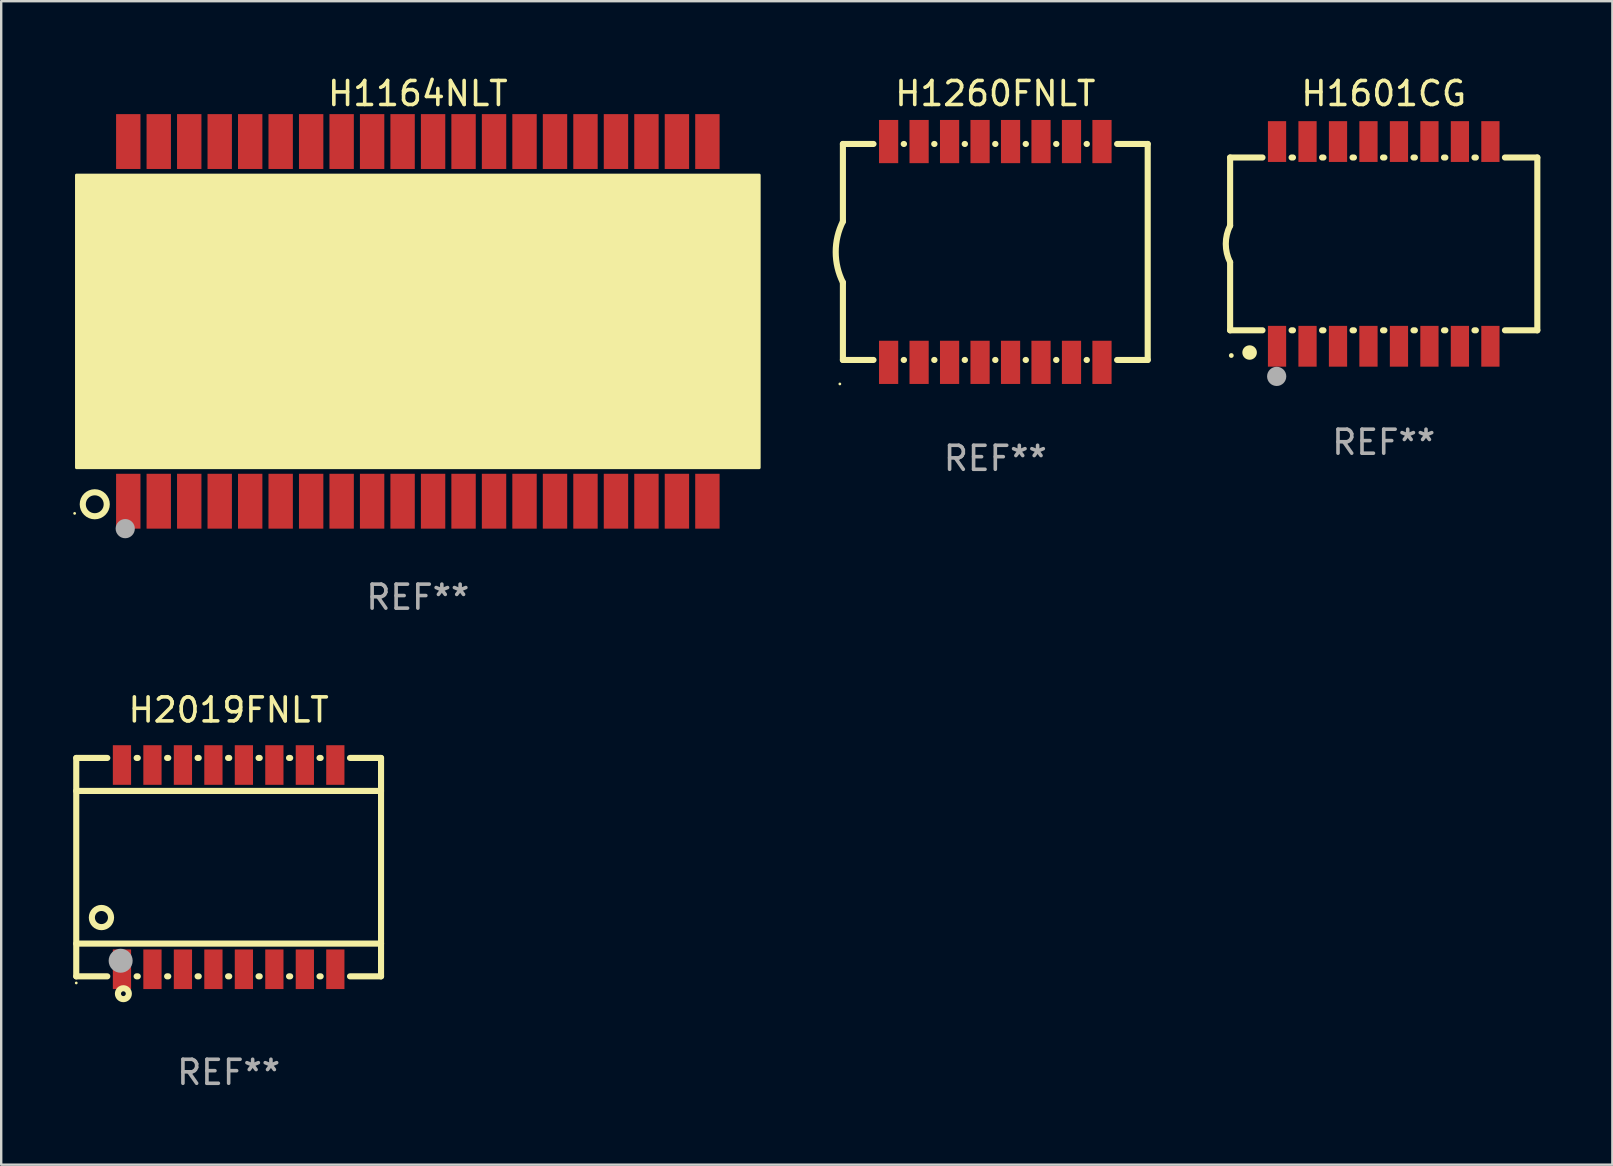
<source format=kicad_pcb>
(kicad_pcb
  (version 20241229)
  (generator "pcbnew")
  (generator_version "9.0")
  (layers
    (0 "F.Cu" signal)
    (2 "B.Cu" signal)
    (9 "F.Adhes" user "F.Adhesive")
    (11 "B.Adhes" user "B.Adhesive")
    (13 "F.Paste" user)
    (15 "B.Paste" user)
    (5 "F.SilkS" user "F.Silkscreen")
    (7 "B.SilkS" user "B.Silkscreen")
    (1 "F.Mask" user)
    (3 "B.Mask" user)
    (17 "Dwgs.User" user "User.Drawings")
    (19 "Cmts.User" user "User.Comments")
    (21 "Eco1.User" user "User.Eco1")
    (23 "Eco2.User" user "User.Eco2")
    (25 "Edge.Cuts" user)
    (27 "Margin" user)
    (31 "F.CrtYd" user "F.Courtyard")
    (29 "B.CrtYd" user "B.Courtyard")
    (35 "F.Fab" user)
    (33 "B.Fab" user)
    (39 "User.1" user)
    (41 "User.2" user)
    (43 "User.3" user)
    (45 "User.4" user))
  (footprint "H2019FNLT"
    (layer "F.Cu")
    (at 6.477 33.081)
    (property "Reference" "H2019FNLT" (at 0 -6.55 0) (layer "F.SilkS") (effects (font (size 1 1) (thickness 0.15))))
    (attr through_hole)
    (fp_line (start -6.35 -4.55) (end -6.35 4.55) (stroke (width 0.254) (type solid)) (layer "F.SilkS"))
    (fp_line (start -6.35 -4.55) (end -5.056 -4.55) (stroke (width 0.254) (type solid)) (layer "F.SilkS"))
    (fp_line (start -6.35 -3.175) (end 6.35 -3.175) (stroke (width 0.254) (type solid)) (layer "F.SilkS"))
    (fp_line (start -6.35 3.186) (end 6.35 3.186) (stroke (width 0.254) (type solid)) (layer "F.SilkS"))
    (fp_line (start -6.35 4.55) (end -5.056 4.55) (stroke (width 0.254) (type solid)) (layer "F.SilkS"))
    (fp_line (start -3.834 -4.55) (end -3.786 -4.55) (stroke (width 0.254) (type solid)) (layer "F.SilkS"))
    (fp_line (start -3.834 4.55) (end -3.786 4.55) (stroke (width 0.254) (type solid)) (layer "F.SilkS"))
    (fp_line (start -2.564 -4.55) (end -2.516 -4.55) (stroke (width 0.254) (type solid)) (layer "F.SilkS"))
    (fp_line (start -2.564 4.55) (end -2.516 4.55) (stroke (width 0.254) (type solid)) (layer "F.SilkS"))
    (fp_line (start -1.294 -4.55) (end -1.246 -4.55) (stroke (width 0.254) (type solid)) (layer "F.SilkS"))
    (fp_line (start -1.294 4.55) (end -1.246 4.55) (stroke (width 0.254) (type solid)) (layer "F.SilkS"))
    (fp_line (start -0.024 -4.55) (end 0.024 -4.55) (stroke (width 0.254) (type solid)) (layer "F.SilkS"))
    (fp_line (start -0.024 4.55) (end 0.024 4.55) (stroke (width 0.254) (type solid)) (layer "F.SilkS"))
    (fp_line (start 1.246 -4.55) (end 1.294 -4.55) (stroke (width 0.254) (type solid)) (layer "F.SilkS"))
    (fp_line (start 1.246 4.55) (end 1.294 4.55) (stroke (width 0.254) (type solid)) (layer "F.SilkS"))
    (fp_line (start 2.516 -4.55) (end 2.564 -4.55) (stroke (width 0.254) (type solid)) (layer "F.SilkS"))
    (fp_line (start 2.516 4.55) (end 2.564 4.55) (stroke (width 0.254) (type solid)) (layer "F.SilkS"))
    (fp_line (start 3.786 -4.55) (end 3.834 -4.55) (stroke (width 0.254) (type solid)) (layer "F.SilkS"))
    (fp_line (start 3.786 4.55) (end 3.834 4.55) (stroke (width 0.254) (type solid)) (layer "F.SilkS"))
    (fp_line (start 5.056 -4.55) (end 6.35 -4.55) (stroke (width 0.254) (type solid)) (layer "F.SilkS"))
    (fp_line (start 5.056 4.55) (end 6.35 4.55) (stroke (width 0.254) (type solid)) (layer "F.SilkS"))
    (fp_line (start 6.35 -4.55) (end 6.35 4.55) (stroke (width 0.254) (type solid)) (layer "F.SilkS"))
    (fp_circle (center -6.35 4.826) (end -6.32 4.826) (stroke (width 0.06) (type solid)) (fill no) (layer "F.SilkS"))
    (fp_circle (center -5.3 2.1) (end -4.9 2.1) (stroke (width 0.254) (type solid)) (fill no) (layer "F.SilkS"))
    (fp_circle (center -4.386 5.273) (end -4.286 5.273) (stroke (width 0.254) (type solid)) (fill no) (layer "F.SilkS"))
    (fp_circle (center -4.5 3.9) (end -4.25 3.9) (stroke (width 0.5) (type solid)) (fill no) (layer "F.Fab"))
    (fp_text user "REF**" (at 0 8.55 0) (layer "F.Fab") (effects (font (size 1 1) (thickness 0.15))))
    (pad "1" smd rect (at -4.445 4.255 90) (size 1.65 0.76) (layers "F.Cu" "F.Mask" "F.Paste"))
    (pad "2" smd rect (at -3.175 4.255 90) (size 1.65 0.76) (layers "F.Cu" "F.Mask" "F.Paste"))
    (pad "3" smd rect (at -1.905 4.255 90) (size 1.65 0.76) (layers "F.Cu" "F.Mask" "F.Paste"))
    (pad "4" smd rect (at -0.635 4.255 90) (size 1.65 0.76) (layers "F.Cu" "F.Mask" "F.Paste"))
    (pad "5" smd rect (at 0.635 4.255 90) (size 1.65 0.76) (layers "F.Cu" "F.Mask" "F.Paste"))
    (pad "6" smd rect (at 1.905 4.255 90) (size 1.65 0.76) (layers "F.Cu" "F.Mask" "F.Paste"))
    (pad "7" smd rect (at 3.175 4.255 90) (size 1.65 0.76) (layers "F.Cu" "F.Mask" "F.Paste"))
    (pad "8" smd rect (at 4.445 4.255 90) (size 1.65 0.76) (layers "F.Cu" "F.Mask" "F.Paste"))
    (pad "9" smd rect (at 4.445 -4.255 90) (size 1.65 0.76) (layers "F.Cu" "F.Mask" "F.Paste"))
    (pad "10" smd rect (at 3.175 -4.255 270) (size 1.65 0.76) (layers "F.Cu" "F.Mask" "F.Paste"))
    (pad "11" smd rect (at 1.905 -4.255 270) (size 1.65 0.76) (layers "F.Cu" "F.Mask" "F.Paste"))
    (pad "12" smd rect (at 0.635 -4.255 270) (size 1.65 0.76) (layers "F.Cu" "F.Mask" "F.Paste"))
    (pad "13" smd rect (at -0.635 -4.255 270) (size 1.65 0.76) (layers "F.Cu" "F.Mask" "F.Paste"))
    (pad "14" smd rect (at -1.905 -4.255 270) (size 1.65 0.76) (layers "F.Cu" "F.Mask" "F.Paste"))
    (pad "15" smd rect (at -3.175 -4.255 270) (size 1.65 0.76) (layers "F.Cu" "F.Mask" "F.Paste"))
    (pad "16" smd rect (at -4.445 -4.255 270) (size 1.65 0.76) (layers "F.Cu" "F.Mask" "F.Paste")))
  (footprint "H1601CG"
    (layer "F.Cu")
    (at 54.605 7.113)
    (property "Reference" "H1601CG" (at 0 -6.265 0) (layer "F.SilkS") (effects (font (size 1 1) (thickness 0.15))))
    (attr through_hole)
    (fp_line (start -6.4 -3.6) (end -6.4 -0.762) (stroke (width 0.254) (type solid)) (layer "F.SilkS"))
    (fp_line (start -6.4 -3.6) (end -5.051 -3.6) (stroke (width 0.254) (type solid)) (layer "F.SilkS"))
    (fp_line (start -6.4 3.6) (end -6.4 0.762) (stroke (width 0.254) (type solid)) (layer "F.SilkS"))
    (fp_line (start -6.4 3.6) (end -5.051 3.6) (stroke (width 0.254) (type solid)) (layer "F.SilkS"))
    (fp_line (start -3.839 -3.6) (end -3.781 -3.6) (stroke (width 0.254) (type solid)) (layer "F.SilkS"))
    (fp_line (start -3.839 3.6) (end -3.781 3.6) (stroke (width 0.254) (type solid)) (layer "F.SilkS"))
    (fp_line (start -2.569 -3.6) (end -2.511 -3.6) (stroke (width 0.254) (type solid)) (layer "F.SilkS"))
    (fp_line (start -2.569 3.6) (end -2.511 3.6) (stroke (width 0.254) (type solid)) (layer "F.SilkS"))
    (fp_line (start -1.299 -3.6) (end -1.241 -3.6) (stroke (width 0.254) (type solid)) (layer "F.SilkS"))
    (fp_line (start -1.299 3.6) (end -1.241 3.6) (stroke (width 0.254) (type solid)) (layer "F.SilkS"))
    (fp_line (start -0.029 -3.6) (end 0.029 -3.6) (stroke (width 0.254) (type solid)) (layer "F.SilkS"))
    (fp_line (start -0.029 3.6) (end 0.029 3.6) (stroke (width 0.254) (type solid)) (layer "F.SilkS"))
    (fp_line (start 1.241 -3.6) (end 1.299 -3.6) (stroke (width 0.254) (type solid)) (layer "F.SilkS"))
    (fp_line (start 1.241 3.6) (end 1.299 3.6) (stroke (width 0.254) (type solid)) (layer "F.SilkS"))
    (fp_line (start 2.511 -3.6) (end 2.569 -3.6) (stroke (width 0.254) (type solid)) (layer "F.SilkS"))
    (fp_line (start 2.511 3.6) (end 2.569 3.6) (stroke (width 0.254) (type solid)) (layer "F.SilkS"))
    (fp_line (start 3.781 -3.6) (end 3.839 -3.6) (stroke (width 0.254) (type solid)) (layer "F.SilkS"))
    (fp_line (start 3.781 3.6) (end 3.839 3.6) (stroke (width 0.254) (type solid)) (layer "F.SilkS"))
    (fp_line (start 5.051 -3.6) (end 6.4 -3.6) (stroke (width 0.254) (type solid)) (layer "F.SilkS"))
    (fp_line (start 5.051 3.6) (end 6.4 3.6) (stroke (width 0.254) (type solid)) (layer "F.SilkS"))
    (fp_line (start 6.4 -3.6) (end 6.4 3.6) (stroke (width 0.254) (type solid)) (layer "F.SilkS"))
    (fp_arc (start -6.400813 0.762001) (mid -6.580428 -0.000094) (end -6.400025 -0.762002) (stroke (width 0.254001) (type solid)) (layer "F.SilkS"))
    (fp_arc (start -5.590551 4.52601) (mid -5.588011 4.525999) (end -5.585471 4.52601) (stroke (width 0.6) (type solid)) (layer "F.SilkS"))
    (fp_circle (center -6.35 4.65) (end -6.3 4.65) (stroke (width 0.1) (type solid)) (fill no) (layer "F.SilkS"))
    (fp_circle (center -4.46 5.52) (end -4.26 5.52) (stroke (width 0.4) (type solid)) (fill no) (layer "F.Fab"))
    (fp_text user "REF**" (at 0 8.265 0) (layer "F.Fab") (effects (font (size 1 1) (thickness 0.15))))
    (pad "1" smd rect (at -4.445 4.265) (size 0.76 1.7) (layers "F.Cu" "F.Mask" "F.Paste"))
    (pad "2" smd rect (at -3.175 4.265) (size 0.76 1.7) (layers "F.Cu" "F.Mask" "F.Paste"))
    (pad "3" smd rect (at -1.905 4.265) (size 0.76 1.7) (layers "F.Cu" "F.Mask" "F.Paste"))
    (pad "4" smd rect (at -0.635 4.265) (size 0.76 1.7) (layers "F.Cu" "F.Mask" "F.Paste"))
    (pad "5" smd rect (at 0.635 4.265) (size 0.76 1.7) (layers "F.Cu" "F.Mask" "F.Paste"))
    (pad "6" smd rect (at 1.905 4.265) (size 0.76 1.7) (layers "F.Cu" "F.Mask" "F.Paste"))
    (pad "7" smd rect (at 3.175 4.265) (size 0.76 1.7) (layers "F.Cu" "F.Mask" "F.Paste"))
    (pad "8" smd rect (at 4.445 4.265) (size 0.76 1.7) (layers "F.Cu" "F.Mask" "F.Paste"))
    (pad "9" smd rect (at 4.445 -4.265) (size 0.76 1.7) (layers "F.Cu" "F.Mask" "F.Paste"))
    (pad "10" smd rect (at 3.175 -4.265) (size 0.76 1.7) (layers "F.Cu" "F.Mask" "F.Paste"))
    (pad "11" smd rect (at 1.905 -4.265) (size 0.76 1.7) (layers "F.Cu" "F.Mask" "F.Paste"))
    (pad "12" smd rect (at 0.635 -4.265) (size 0.76 1.7) (layers "F.Cu" "F.Mask" "F.Paste"))
    (pad "13" smd rect (at -0.635 -4.265) (size 0.76 1.7) (layers "F.Cu" "F.Mask" "F.Paste"))
    (pad "14" smd rect (at -1.905 -4.265) (size 0.76 1.7) (layers "F.Cu" "F.Mask" "F.Paste"))
    (pad "15" smd rect (at -3.175 -4.265) (size 0.76 1.7) (layers "F.Cu" "F.Mask" "F.Paste"))
    (pad "16" smd rect (at -4.445 -4.265) (size 0.76 1.7) (layers "F.Cu" "F.Mask" "F.Paste")))
  (footprint "H1260FNLT"
    (layer "F.Cu")
    (at 38.421 7.448)
    (property "Reference" "H1260FNLT" (at 0 -6.6 0) (layer "F.SilkS") (effects (font (size 1 1) (thickness 0.15))))
    (attr through_hole)
    (fp_line (start -6.35 -1.27) (end -6.35 -4.5) (stroke (width 0.254) (type solid)) (layer "F.SilkS"))
    (fp_line (start -6.35 4.5) (end -6.35 1.27) (stroke (width 0.254) (type solid)) (layer "F.SilkS"))
    (fp_line (start -5.075 -4.5) (end -6.35 -4.5) (stroke (width 0.254) (type solid)) (layer "F.SilkS"))
    (fp_line (start -5.075 4.5) (end -6.35 4.5) (stroke (width 0.254) (type solid)) (layer "F.SilkS"))
    (fp_line (start -3.805 -4.5) (end -3.815 -4.5) (stroke (width 0.254) (type solid)) (layer "F.SilkS"))
    (fp_line (start -3.805 4.5) (end -3.815 4.5) (stroke (width 0.254) (type solid)) (layer "F.SilkS"))
    (fp_line (start -2.535 -4.5) (end -2.545 -4.5) (stroke (width 0.254) (type solid)) (layer "F.SilkS"))
    (fp_line (start -2.535 4.5) (end -2.545 4.5) (stroke (width 0.254) (type solid)) (layer "F.SilkS"))
    (fp_line (start -1.265 -4.5) (end -1.275 -4.5) (stroke (width 0.254) (type solid)) (layer "F.SilkS"))
    (fp_line (start -1.265 4.5) (end -1.275 4.5) (stroke (width 0.254) (type solid)) (layer "F.SilkS"))
    (fp_line (start 0.005 -4.5) (end -0.005 -4.5) (stroke (width 0.254) (type solid)) (layer "F.SilkS"))
    (fp_line (start 0.005 4.5) (end -0.005 4.5) (stroke (width 0.254) (type solid)) (layer "F.SilkS"))
    (fp_line (start 1.275 -4.5) (end 1.265 -4.5) (stroke (width 0.254) (type solid)) (layer "F.SilkS"))
    (fp_line (start 1.275 4.5) (end 1.265 4.5) (stroke (width 0.254) (type solid)) (layer "F.SilkS"))
    (fp_line (start 2.545 -4.5) (end 2.535 -4.5) (stroke (width 0.254) (type solid)) (layer "F.SilkS"))
    (fp_line (start 2.545 4.5) (end 2.535 4.5) (stroke (width 0.254) (type solid)) (layer "F.SilkS"))
    (fp_line (start 3.815 -4.5) (end 3.805 -4.5) (stroke (width 0.254) (type solid)) (layer "F.SilkS"))
    (fp_line (start 3.815 4.5) (end 3.805 4.5) (stroke (width 0.254) (type solid)) (layer "F.SilkS"))
    (fp_line (start 6.35 -4.5) (end 5.075 -4.5) (stroke (width 0.254) (type solid)) (layer "F.SilkS"))
    (fp_line (start 6.35 4.5) (end 5.075 4.5) (stroke (width 0.254) (type solid)) (layer "F.SilkS"))
    (fp_line (start 6.35 4.5) (end 6.35 -4.5) (stroke (width 0.254) (type solid)) (layer "F.SilkS"))
    (fp_arc (start -6.349987 1.270002) (mid -6.649794 0) (end -6.349987 -1.270003) (stroke (width 0.254001) (type solid)) (layer "F.SilkS"))
    (fp_circle (center -6.477 5.5) (end -6.447 5.5) (stroke (width 0.06) (type solid)) (fill no) (layer "F.SilkS"))
    (fp_text user "REF**" (at 0 8.6 0) (layer "F.Fab") (effects (font (size 1 1) (thickness 0.15))))
    (pad "1" smd rect (at -4.445 4.6 90) (size 1.8 0.8) (layers "F.Cu" "F.Mask" "F.Paste"))
    (pad "2" smd rect (at -3.175 4.6 270) (size 1.8 0.8) (layers "F.Cu" "F.Mask" "F.Paste"))
    (pad "3" smd rect (at -1.905 4.6 270) (size 1.8 0.8) (layers "F.Cu" "F.Mask" "F.Paste"))
    (pad "4" smd rect (at -0.635 4.6 270) (size 1.8 0.8) (layers "F.Cu" "F.Mask" "F.Paste"))
    (pad "5" smd rect (at 0.635 4.6 270) (size 1.8 0.8) (layers "F.Cu" "F.Mask" "F.Paste"))
    (pad "6" smd rect (at 1.905 4.6 270) (size 1.8 0.8) (layers "F.Cu" "F.Mask" "F.Paste"))
    (pad "7" smd rect (at 3.175 4.6 270) (size 1.8 0.8) (layers "F.Cu" "F.Mask" "F.Paste"))
    (pad "8" smd rect (at 4.445 4.6 270) (size 1.8 0.8) (layers "F.Cu" "F.Mask" "F.Paste"))
    (pad "9" smd rect (at 4.445 -4.6 270) (size 1.8 0.8) (layers "F.Cu" "F.Mask" "F.Paste"))
    (pad "10" smd rect (at 3.175 -4.6 270) (size 1.8 0.8) (layers "F.Cu" "F.Mask" "F.Paste"))
    (pad "11" smd rect (at 1.905 -4.6 270) (size 1.8 0.8) (layers "F.Cu" "F.Mask" "F.Paste"))
    (pad "12" smd rect (at 0.635 -4.6 270) (size 1.8 0.8) (layers "F.Cu" "F.Mask" "F.Paste"))
    (pad "13" smd rect (at -0.635 -4.6 270) (size 1.8 0.8) (layers "F.Cu" "F.Mask" "F.Paste"))
    (pad "14" smd rect (at -1.905 -4.6 270) (size 1.8 0.8) (layers "F.Cu" "F.Mask" "F.Paste"))
    (pad "15" smd rect (at -3.175 -4.6 270) (size 1.8 0.8) (layers "F.Cu" "F.Mask" "F.Paste"))
    (pad "16" smd rect (at -4.445 -4.6 270) (size 1.8 0.8) (layers "F.Cu" "F.Mask" "F.Paste")))
  (footprint "H1164NLT"
    (layer "F.Cu")
    (at 14.36 10.341)
    (property "Reference" "H1164NLT" (at 0 -9.493 0) (layer "F.SilkS") (effects (font (size 1 1) (thickness 0.15))))
    (attr through_hole)
    (fp_circle (center -14.3 8) (end -14.27 8) (stroke (width 0.06) (type solid)) (fill no) (layer "F.SilkS"))
    (fp_circle (center -13.462 7.62) (end -12.962 7.62) (stroke (width 0.254) (type solid)) (fill no) (layer "F.SilkS"))
    (fp_poly (pts (xy -14.224 -6.096) (xy 14.224 -6.096) (xy 14.224 6.096) (xy -14.224 6.096)) (stroke (width 0.12) (type solid)) (fill yes) (layer "F.SilkS"))
    (fp_circle (center -12.192 8.636) (end -11.992 8.636) (stroke (width 0.4) (type solid)) (fill no) (layer "F.Fab"))
    (fp_text user "REF**" (at 0 11.493 0) (layer "F.Fab") (effects (font (size 1 1) (thickness 0.15))))
    (pad "1" smd rect (at -12.065 7.493 180) (size 1.016 2.286) (layers "F.Cu" "F.Mask" "F.Paste"))
    (pad "2" smd rect (at -10.795 7.493 180) (size 1.016 2.286) (layers "F.Cu" "F.Mask" "F.Paste"))
    (pad "3" smd rect (at -9.525 7.493 180) (size 1.016 2.286) (layers "F.Cu" "F.Mask" "F.Paste"))
    (pad "4" smd rect (at -8.255 7.493 180) (size 1.016 2.286) (layers "F.Cu" "F.Mask" "F.Paste"))
    (pad "5" smd rect (at -6.985 7.493 180) (size 1.016 2.286) (layers "F.Cu" "F.Mask" "F.Paste"))
    (pad "6" smd rect (at -5.715 7.493 180) (size 1.016 2.286) (layers "F.Cu" "F.Mask" "F.Paste"))
    (pad "7" smd rect (at -4.445 7.493 180) (size 1.016 2.286) (layers "F.Cu" "F.Mask" "F.Paste"))
    (pad "8" smd rect (at -3.175 7.493 180) (size 1.016 2.286) (layers "F.Cu" "F.Mask" "F.Paste"))
    (pad "9" smd rect (at -1.905 7.493 180) (size 1.016 2.286) (layers "F.Cu" "F.Mask" "F.Paste"))
    (pad "10" smd rect (at -0.635 7.493 180) (size 1.016 2.286) (layers "F.Cu" "F.Mask" "F.Paste"))
    (pad "11" smd rect (at 0.635 7.493 180) (size 1.016 2.286) (layers "F.Cu" "F.Mask" "F.Paste"))
    (pad "12" smd rect (at 1.905 7.493 180) (size 1.016 2.286) (layers "F.Cu" "F.Mask" "F.Paste"))
    (pad "13" smd rect (at 3.175 7.493 180) (size 1.016 2.286) (layers "F.Cu" "F.Mask" "F.Paste"))
    (pad "14" smd rect (at 4.445 7.493 180) (size 1.016 2.286) (layers "F.Cu" "F.Mask" "F.Paste"))
    (pad "15" smd rect (at 5.715 7.493 180) (size 1.016 2.286) (layers "F.Cu" "F.Mask" "F.Paste"))
    (pad "16" smd rect (at 6.985 7.493 180) (size 1.016 2.286) (layers "F.Cu" "F.Mask" "F.Paste"))
    (pad "17" smd rect (at 8.255 7.493 180) (size 1.016 2.286) (layers "F.Cu" "F.Mask" "F.Paste"))
    (pad "18" smd rect (at 9.525 7.493 180) (size 1.016 2.286) (layers "F.Cu" "F.Mask" "F.Paste"))
    (pad "19" smd rect (at 10.795 7.493 180) (size 1.016 2.286) (layers "F.Cu" "F.Mask" "F.Paste"))
    (pad "20" smd rect (at 12.065 7.493 180) (size 1.016 2.286) (layers "F.Cu" "F.Mask" "F.Paste"))
    (pad "21" smd rect (at 12.065 -7.493 180) (size 1.016 2.286) (layers "F.Cu" "F.Mask" "F.Paste"))
    (pad "22" smd rect (at 10.795 -7.493 180) (size 1.016 2.286) (layers "F.Cu" "F.Mask" "F.Paste"))
    (pad "23" smd rect (at 9.525 -7.493 180) (size 1.016 2.286) (layers "F.Cu" "F.Mask" "F.Paste"))
    (pad "24" smd rect (at 8.255 -7.493 180) (size 1.016 2.286) (layers "F.Cu" "F.Mask" "F.Paste"))
    (pad "25" smd rect (at 6.985 -7.493 180) (size 1.016 2.286) (layers "F.Cu" "F.Mask" "F.Paste"))
    (pad "26" smd rect (at 5.715 -7.493 180) (size 1.016 2.286) (layers "F.Cu" "F.Mask" "F.Paste"))
    (pad "27" smd rect (at 4.445 -7.493 180) (size 1.016 2.286) (layers "F.Cu" "F.Mask" "F.Paste"))
    (pad "28" smd rect (at 3.175 -7.493 180) (size 1.016 2.286) (layers "F.Cu" "F.Mask" "F.Paste"))
    (pad "29" smd rect (at 1.905 -7.493 180) (size 1.016 2.286) (layers "F.Cu" "F.Mask" "F.Paste"))
    (pad "30" smd rect (at 0.635 -7.493 180) (size 1.016 2.286) (layers "F.Cu" "F.Mask" "F.Paste"))
    (pad "31" smd rect (at -0.635 -7.493 180) (size 1.016 2.286) (layers "F.Cu" "F.Mask" "F.Paste"))
    (pad "32" smd rect (at -1.905 -7.493 180) (size 1.016 2.286) (layers "F.Cu" "F.Mask" "F.Paste"))
    (pad "33" smd rect (at -3.175 -7.493 180) (size 1.016 2.286) (layers "F.Cu" "F.Mask" "F.Paste"))
    (pad "34" smd rect (at -4.445 -7.493 180) (size 1.016 2.286) (layers "F.Cu" "F.Mask" "F.Paste"))
    (pad "35" smd rect (at -5.715 -7.493 180) (size 1.016 2.286) (layers "F.Cu" "F.Mask" "F.Paste"))
    (pad "36" smd rect (at -6.985 -7.493 180) (size 1.016 2.286) (layers "F.Cu" "F.Mask" "F.Paste"))
    (pad "37" smd rect (at -8.255 -7.493 180) (size 1.016 2.286) (layers "F.Cu" "F.Mask" "F.Paste"))
    (pad "38" smd rect (at -9.525 -7.493 180) (size 1.016 2.286) (layers "F.Cu" "F.Mask" "F.Paste"))
    (pad "39" smd rect (at -10.795 -7.493 180) (size 1.016 2.286) (layers "F.Cu" "F.Mask" "F.Paste"))
    (pad "40" smd rect (at -12.065 -7.493 180) (size 1.016 2.286) (layers "F.Cu" "F.Mask" "F.Paste")))
  (gr_rect
    (start -3 -3)
    (end 64.132 45.479)
    (stroke (width 0.1) (type default))
    (fill no)
    (layer "Edge.Cuts")))
</source>
